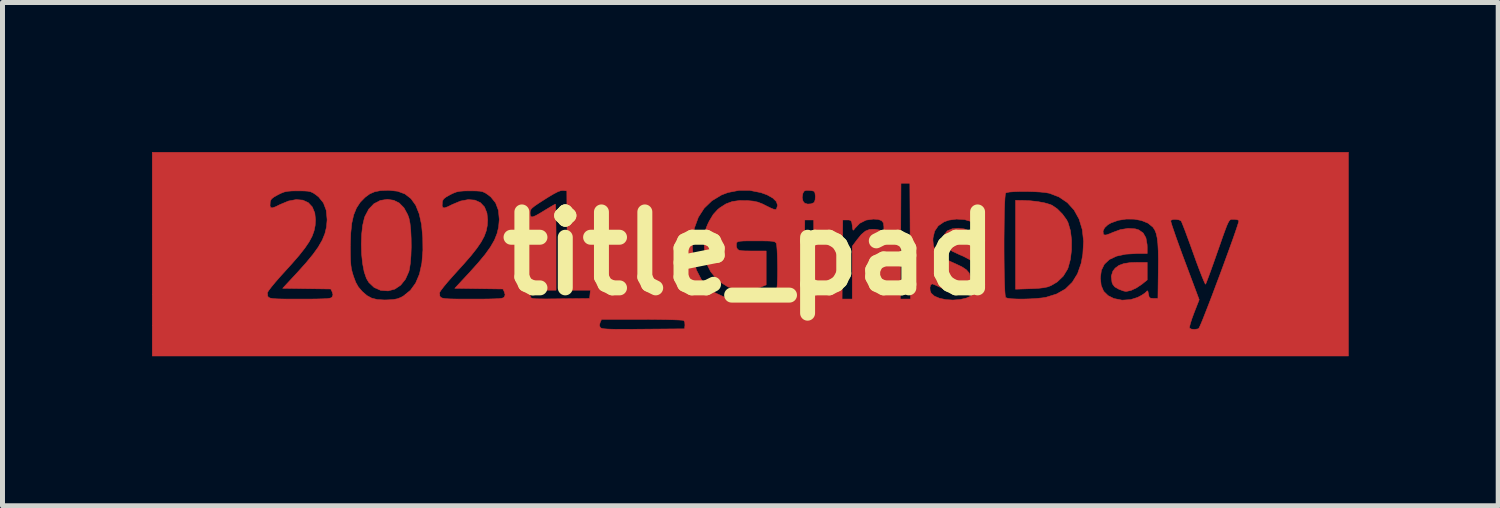
<source format=kicad_pcb>
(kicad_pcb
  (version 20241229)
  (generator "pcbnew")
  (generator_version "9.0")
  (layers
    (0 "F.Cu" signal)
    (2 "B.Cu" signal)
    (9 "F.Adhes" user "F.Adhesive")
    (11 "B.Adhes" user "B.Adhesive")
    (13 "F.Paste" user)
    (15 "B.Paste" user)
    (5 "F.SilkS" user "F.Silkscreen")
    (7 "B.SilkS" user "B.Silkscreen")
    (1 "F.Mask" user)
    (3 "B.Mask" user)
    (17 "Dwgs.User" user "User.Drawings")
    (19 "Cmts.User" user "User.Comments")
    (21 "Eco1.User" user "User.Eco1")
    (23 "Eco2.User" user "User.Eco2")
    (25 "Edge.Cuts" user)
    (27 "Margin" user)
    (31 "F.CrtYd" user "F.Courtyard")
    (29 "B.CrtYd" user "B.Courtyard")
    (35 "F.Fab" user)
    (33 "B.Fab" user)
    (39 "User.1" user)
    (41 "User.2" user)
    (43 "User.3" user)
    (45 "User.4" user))
  (footprint "title_pad"
    (layer "F.Cu")
    (at 10.978 3.472)
    (property "Reference" "title_pad" (at 1.016 -1.435 0) (layer "F.SilkS") (effects (font (size 1.524 1.524) (thickness 0.3))))
    (attr through_hole)
    (fp_poly (pts (xy 8.992 -0.905) (xy 8.884 -0.818) (xy 8.775 -0.745) (xy 8.666 -0.694) (xy 8.571 -0.674) (xy 8.562 -0.674) (xy 8.515 -0.684) (xy 8.445 -0.71) (xy 8.416 -0.722) (xy 8.34 -0.766) (xy 8.299 -0.819) (xy 8.285 -0.858) (xy 8.271 -0.98) (xy 8.303 -1.082) (xy 8.35 -1.142) (xy 8.425 -1.197) (xy 8.523 -1.233) (xy 8.655 -1.253) (xy 8.795 -1.257) (xy 8.992 -1.257) (xy 8.992 -0.905)) (stroke (width 0.01) (type solid)) (fill yes) (layer "F.Cu"))
    (fp_poly (pts (xy 6.483 -2.501) (xy 6.639 -2.494) (xy 6.794 -2.477) (xy 6.934 -2.451) (xy 7.044 -2.419) (xy 7.082 -2.403) (xy 7.188 -2.33) (xy 7.291 -2.226) (xy 7.374 -2.112) (xy 7.404 -2.053) (xy 7.451 -1.894) (xy 7.474 -1.707) (xy 7.473 -1.508) (xy 7.45 -1.316) (xy 7.404 -1.148) (xy 7.393 -1.121) (xy 7.308 -0.982) (xy 7.185 -0.864) (xy 7.061 -0.791) (xy 6.993 -0.765) (xy 6.91 -0.748) (xy 6.802 -0.736) (xy 6.655 -0.729) (xy 6.648 -0.729) (xy 6.35 -0.719) (xy 6.35 -2.502) (xy 6.483 -2.501)) (stroke (width 0.01) (type solid)) (fill yes) (layer "F.Cu"))
    (fp_poly (pts (xy -6.127 -2.503) (xy -6.017 -2.448) (xy -5.921 -2.35) (xy -5.847 -2.214) (xy -5.822 -2.146) (xy -5.801 -2.043) (xy -5.786 -1.902) (xy -5.778 -1.738) (xy -5.776 -1.565) (xy -5.782 -1.394) (xy -5.794 -1.241) (xy -5.813 -1.118) (xy -5.823 -1.075) (xy -5.892 -0.92) (xy -5.988 -0.8) (xy -6.105 -0.721) (xy -6.24 -0.685) (xy -6.385 -0.695) (xy -6.392 -0.697) (xy -6.521 -0.754) (xy -6.625 -0.852) (xy -6.675 -0.935) (xy -6.72 -1.066) (xy -6.752 -1.233) (xy -6.772 -1.423) (xy -6.778 -1.622) (xy -6.771 -1.819) (xy -6.751 -1.999) (xy -6.716 -2.149) (xy -6.706 -2.178) (xy -6.628 -2.326) (xy -6.524 -2.434) (xy -6.397 -2.5) (xy -6.254 -2.522) (xy -6.127 -2.503)) (stroke (width 0.01) (type solid)) (fill yes) (layer "F.Cu"))
    (fp_poly (pts (xy 13.03 0.622) (xy -10.973 0.622) (xy -10.973 0.007) (xy -2.001 0.007) (xy -1.982 0.05) (xy -1.967 0.061) (xy -1.941 0.07) (xy -1.897 0.076) (xy -1.831 0.081) (xy -1.737 0.084) (xy -1.611 0.085) (xy -1.446 0.085) (xy -1.239 0.084) (xy -1.121 0.083) (xy -0.292 0.076) (xy -0.284 0.003) (xy -0.288 -0.059) (xy -0.309 -0.092) (xy -0.342 -0.097) (xy -0.419 -0.102) (xy -0.535 -0.106) (xy -0.682 -0.11) (xy -0.854 -0.112) (xy -1.045 -0.114) (xy -1.15 -0.114) (xy -1.957 -0.114) (xy -1.985 -0.052) (xy -2.001 0.007) (xy -10.973 0.007) (xy -10.973 -0.649) (xy -8.661 -0.649) (xy -8.661 -0.61) (xy -8.656 -0.579) (xy -8.64 -0.557) (xy -8.608 -0.541) (xy -8.553 -0.531) (xy -8.471 -0.525) (xy -8.354 -0.522) (xy -8.199 -0.521) (xy -8.014 -0.521) (xy -7.817 -0.521) (xy -7.664 -0.523) (xy -7.551 -0.526) (xy -7.47 -0.53) (xy -7.417 -0.537) (xy -7.384 -0.546) (xy -7.366 -0.559) (xy -7.365 -0.56) (xy -7.346 -0.605) (xy -7.361 -0.661) (xy -7.39 -0.723) (xy -7.873 -0.73) (xy -8.356 -0.737) (xy -8.063 -1.052) (xy -7.887 -1.248) (xy -7.747 -1.418) (xy -7.639 -1.568) (xy -7.636 -1.575) (xy -6.998 -1.575) (xy -6.997 -1.415) (xy -6.994 -1.295) (xy -6.987 -1.202) (xy -6.976 -1.125) (xy -6.958 -1.052) (xy -6.935 -0.978) (xy -6.89 -0.857) (xy -6.838 -0.765) (xy -6.767 -0.682) (xy -6.756 -0.67) (xy -6.663 -0.59) (xy -6.568 -0.539) (xy -6.455 -0.511) (xy -6.313 -0.503) (xy -6.243 -0.505) (xy -6.131 -0.512) (xy -6.05 -0.528) (xy -5.98 -0.556) (xy -5.928 -0.586) (xy -5.851 -0.649) (xy -5.207 -0.649) (xy -5.207 -0.61) (xy -5.201 -0.579) (xy -5.185 -0.557) (xy -5.153 -0.541) (xy -5.099 -0.531) (xy -5.016 -0.525) (xy -4.9 -0.522) (xy -4.744 -0.521) (xy -4.56 -0.521) (xy -4.362 -0.521) (xy -4.21 -0.523) (xy -4.097 -0.526) (xy -4.016 -0.53) (xy -3.962 -0.537) (xy -3.93 -0.546) (xy -3.912 -0.559) (xy -3.911 -0.56) (xy -3.892 -0.605) (xy -3.901 -0.639) (xy -3.392 -0.639) (xy -3.388 -0.589) (xy -3.383 -0.565) (xy -3.376 -0.55) (xy -3.36 -0.54) (xy -3.328 -0.532) (xy -3.274 -0.527) (xy -3.192 -0.525) (xy -3.075 -0.524) (xy -2.918 -0.525) (xy -2.785 -0.527) (xy -2.197 -0.533) (xy -2.181 -0.699) (xy -2.641 -0.699) (xy -2.647 -1.575) (xy -0.135 -1.575) (xy -0.114 -1.324) (xy -0.054 -1.105) (xy 0.045 -0.914) (xy 0.17 -0.763) (xy 0.323 -0.646) (xy 0.507 -0.561) (xy 0.714 -0.512) (xy 0.934 -0.5) (xy 1.106 -0.521) (xy 2.107 -0.521) (xy 2.312 -0.521) (xy 2.869 -0.521) (xy 3.073 -0.521) (xy 4.038 -0.521) (xy 4.242 -0.521) (xy 4.241 -0.753) (xy 4.632 -0.753) (xy 4.636 -0.69) (xy 4.656 -0.639) (xy 4.722 -0.58) (xy 4.824 -0.537) (xy 4.952 -0.51) (xy 5.091 -0.501) (xy 5.232 -0.511) (xy 5.361 -0.54) (xy 5.437 -0.573) (xy 5.541 -0.656) (xy 5.616 -0.766) (xy 5.657 -0.892) (xy 5.66 -1.02) (xy 5.626 -1.13) (xy 5.561 -1.217) (xy 5.455 -1.299) (xy 5.304 -1.379) (xy 5.231 -1.41) (xy 5.085 -1.478) (xy 5.018 -1.524) (xy 6.119 -1.524) (xy 6.12 -1.324) (xy 6.122 -1.134) (xy 6.125 -0.96) (xy 6.13 -0.808) (xy 6.135 -0.686) (xy 6.142 -0.599) (xy 6.15 -0.555) (xy 6.152 -0.551) (xy 6.192 -0.537) (xy 6.272 -0.527) (xy 6.38 -0.522) (xy 6.507 -0.521) (xy 6.641 -0.525) (xy 6.772 -0.533) (xy 6.888 -0.545) (xy 6.963 -0.557) (xy 7.174 -0.623) (xy 7.349 -0.722) (xy 7.488 -0.858) (xy 7.543 -0.947) (xy 8.052 -0.947) (xy 8.068 -0.795) (xy 8.118 -0.677) (xy 8.207 -0.59) (xy 8.323 -0.532) (xy 8.488 -0.499) (xy 8.659 -0.51) (xy 8.801 -0.555) (xy 8.88 -0.597) (xy 8.943 -0.639) (xy 8.966 -0.66) (xy 8.992 -0.687) (xy 9.006 -0.677) (xy 9.016 -0.624) (xy 9.017 -0.62) (xy 9.031 -0.562) (xy 9.06 -0.538) (xy 9.119 -0.533) (xy 9.207 -0.533) (xy 9.214 -1.079) (xy 9.216 -1.308) (xy 9.213 -1.492) (xy 9.205 -1.638) (xy 9.191 -1.752) (xy 9.171 -1.84) (xy 9.144 -1.907) (xy 9.108 -1.961) (xy 9.104 -1.966) (xy 9.008 -2.044) (xy 8.879 -2.097) (xy 8.874 -2.098) (xy 9.463 -2.098) (xy 9.468 -2.069) (xy 9.489 -1.999) (xy 9.525 -1.893) (xy 9.572 -1.756) (xy 9.63 -1.595) (xy 9.695 -1.416) (xy 9.742 -1.291) (xy 10.035 -0.508) (xy 9.929 -0.237) (xy 9.889 -0.128) (xy 9.859 -0.034) (xy 9.842 0.033) (xy 9.841 0.061) (xy 9.878 0.082) (xy 9.94 0.088) (xy 10.003 0.079) (xy 10.026 0.068) (xy 10.041 0.041) (xy 10.072 -0.028) (xy 10.115 -0.133) (xy 10.168 -0.268) (xy 10.23 -0.427) (xy 10.298 -0.604) (xy 10.369 -0.794) (xy 10.443 -0.99) (xy 10.516 -1.187) (xy 10.586 -1.379) (xy 10.652 -1.56) (xy 10.711 -1.724) (xy 10.76 -1.865) (xy 10.798 -1.978) (xy 10.823 -2.057) (xy 10.832 -2.095) (xy 10.832 -2.097) (xy 10.799 -2.113) (xy 10.738 -2.121) (xy 10.729 -2.121) (xy 10.701 -2.121) (xy 10.678 -2.12) (xy 10.658 -2.111) (xy 10.637 -2.09) (xy 10.615 -2.051) (xy 10.588 -1.991) (xy 10.555 -1.903) (xy 10.511 -1.783) (xy 10.456 -1.625) (xy 10.386 -1.426) (xy 10.376 -1.397) (xy 10.32 -1.238) (xy 10.268 -1.094) (xy 10.224 -0.974) (xy 10.19 -0.884) (xy 10.169 -0.83) (xy 10.163 -0.819) (xy 10.15 -0.837) (xy 10.123 -0.897) (xy 10.084 -0.992) (xy 10.035 -1.118) (xy 9.979 -1.267) (xy 9.921 -1.429) (xy 9.86 -1.599) (xy 9.803 -1.754) (xy 9.754 -1.887) (xy 9.713 -1.992) (xy 9.685 -2.062) (xy 9.672 -2.089) (xy 9.631 -2.11) (xy 9.567 -2.12) (xy 9.504 -2.117) (xy 9.465 -2.1) (xy 9.463 -2.098) (xy 8.874 -2.098) (xy 8.728 -2.125) (xy 8.568 -2.126) (xy 8.41 -2.101) (xy 8.266 -2.049) (xy 8.202 -2.012) (xy 8.138 -1.953) (xy 8.106 -1.887) (xy 8.111 -1.828) (xy 8.124 -1.81) (xy 8.164 -1.806) (xy 8.244 -1.833) (xy 8.295 -1.856) (xy 8.452 -1.914) (xy 8.608 -1.939) (xy 8.752 -1.93) (xy 8.822 -1.909) (xy 8.91 -1.847) (xy 8.966 -1.75) (xy 8.99 -1.613) (xy 8.992 -1.563) (xy 8.992 -1.435) (xy 8.79 -1.435) (xy 8.562 -1.422) (xy 8.376 -1.382) (xy 8.233 -1.315) (xy 8.132 -1.22) (xy 8.072 -1.098) (xy 8.052 -0.947) (xy 7.543 -0.947) (xy 7.594 -1.03) (xy 7.667 -1.24) (xy 7.7 -1.422) (xy 7.715 -1.68) (xy 7.689 -1.916) (xy 7.625 -2.126) (xy 7.525 -2.307) (xy 7.39 -2.456) (xy 7.222 -2.57) (xy 7.03 -2.644) (xy 6.951 -2.658) (xy 6.843 -2.669) (xy 6.716 -2.676) (xy 6.58 -2.68) (xy 6.447 -2.68) (xy 6.327 -2.676) (xy 6.23 -2.669) (xy 6.168 -2.657) (xy 6.152 -2.649) (xy 6.144 -2.616) (xy 6.137 -2.539) (xy 6.131 -2.425) (xy 6.126 -2.28) (xy 6.123 -2.11) (xy 6.121 -1.923) (xy 6.119 -1.726) (xy 6.119 -1.524) (xy 5.018 -1.524) (xy 4.986 -1.545) (xy 4.927 -1.615) (xy 4.904 -1.693) (xy 4.903 -1.713) (xy 4.923 -1.817) (xy 4.981 -1.89) (xy 5.079 -1.931) (xy 5.2 -1.943) (xy 5.318 -1.929) (xy 5.423 -1.892) (xy 5.507 -1.854) (xy 5.557 -1.845) (xy 5.581 -1.869) (xy 5.588 -1.927) (xy 5.588 -1.932) (xy 5.584 -1.988) (xy 5.563 -2.024) (xy 5.512 -2.055) (xy 5.47 -2.074) (xy 5.325 -2.116) (xy 5.164 -2.126) (xy 5.008 -2.104) (xy 4.915 -2.07) (xy 4.799 -1.991) (xy 4.726 -1.883) (xy 4.694 -1.747) (xy 4.692 -1.7) (xy 4.702 -1.593) (xy 4.736 -1.502) (xy 4.801 -1.423) (xy 4.901 -1.349) (xy 5.042 -1.275) (xy 5.135 -1.234) (xy 5.272 -1.169) (xy 5.364 -1.108) (xy 5.419 -1.044) (xy 5.442 -0.972) (xy 5.443 -0.936) (xy 5.417 -0.836) (xy 5.347 -0.757) (xy 5.239 -0.704) (xy 5.207 -0.696) (xy 5.097 -0.682) (xy 4.99 -0.697) (xy 4.868 -0.742) (xy 4.82 -0.765) (xy 4.748 -0.799) (xy 4.693 -0.821) (xy 4.675 -0.826) (xy 4.646 -0.804) (xy 4.632 -0.753) (xy 4.241 -0.753) (xy 4.229 -2.845) (xy 4.051 -2.845) (xy 4.045 -1.683) (xy 4.038 -0.521) (xy 3.073 -0.521) (xy 3.073 -1.581) (xy 3.165 -1.705) (xy 3.255 -1.816) (xy 3.337 -1.885) (xy 3.422 -1.919) (xy 3.521 -1.921) (xy 3.613 -1.907) (xy 3.708 -1.887) (xy 3.708 -1.975) (xy 3.698 -2.05) (xy 3.661 -2.096) (xy 3.591 -2.12) (xy 3.494 -2.126) (xy 3.349 -2.105) (xy 3.223 -2.041) (xy 3.127 -1.941) (xy 3.124 -1.938) (xy 3.101 -1.905) (xy 3.088 -1.906) (xy 3.079 -1.946) (xy 3.074 -1.994) (xy 3.063 -2.064) (xy 3.045 -2.097) (xy 3.008 -2.108) (xy 2.972 -2.108) (xy 2.883 -2.108) (xy 2.869 -0.521) (xy 2.312 -0.521) (xy 2.305 -1.314) (xy 2.299 -2.108) (xy 2.121 -2.108) (xy 2.107 -0.521) (xy 1.106 -0.521) (xy 1.159 -0.527) (xy 1.188 -0.534) (xy 1.341 -0.578) (xy 1.457 -0.63) (xy 1.532 -0.685) (xy 1.558 -0.729) (xy 1.566 -0.784) (xy 1.571 -0.875) (xy 1.574 -0.992) (xy 1.575 -1.124) (xy 1.573 -1.261) (xy 1.57 -1.391) (xy 1.565 -1.505) (xy 1.558 -1.59) (xy 1.55 -1.637) (xy 1.549 -1.64) (xy 1.535 -1.659) (xy 1.511 -1.672) (xy 1.47 -1.681) (xy 1.404 -1.686) (xy 1.304 -1.688) (xy 1.162 -1.689) (xy 1.144 -1.689) (xy 0.997 -1.689) (xy 0.894 -1.687) (xy 0.825 -1.682) (xy 0.784 -1.674) (xy 0.762 -1.662) (xy 0.751 -1.644) (xy 0.75 -1.639) (xy 0.748 -1.577) (xy 0.761 -1.538) (xy 0.778 -1.515) (xy 0.804 -1.5) (xy 0.851 -1.491) (xy 0.926 -1.487) (xy 1.041 -1.486) (xy 1.068 -1.486) (xy 1.346 -1.486) (xy 1.346 -0.806) (xy 1.238 -0.761) (xy 1.155 -0.736) (xy 1.046 -0.716) (xy 0.953 -0.705) (xy 0.756 -0.713) (xy 0.582 -0.764) (xy 0.424 -0.862) (xy 0.34 -0.939) (xy 0.233 -1.07) (xy 0.16 -1.213) (xy 0.118 -1.377) (xy 0.104 -1.573) (xy 0.106 -1.664) (xy 0.113 -1.787) (xy 0.124 -1.877) (xy 0.143 -1.951) (xy 0.176 -2.029) (xy 0.204 -2.086) (xy 0.283 -2.218) (xy 0.373 -2.317) (xy 0.417 -2.353) (xy 0.539 -2.431) (xy 0.665 -2.478) (xy 0.809 -2.498) (xy 0.966 -2.497) (xy 1.086 -2.486) (xy 1.18 -2.466) (xy 1.274 -2.429) (xy 1.351 -2.39) (xy 1.447 -2.343) (xy 1.507 -2.32) (xy 1.541 -2.319) (xy 1.553 -2.329) (xy 1.575 -2.404) (xy 1.55 -2.478) (xy 1.479 -2.548) (xy 1.46 -2.559) (xy 2.069 -2.559) (xy 2.085 -2.485) (xy 2.118 -2.445) (xy 2.178 -2.427) (xy 2.249 -2.432) (xy 2.304 -2.456) (xy 2.31 -2.462) (xy 2.328 -2.51) (xy 2.333 -2.581) (xy 2.332 -2.595) (xy 2.324 -2.656) (xy 2.303 -2.686) (xy 2.254 -2.697) (xy 2.216 -2.7) (xy 2.146 -2.702) (xy 2.108 -2.687) (xy 2.086 -2.649) (xy 2.082 -2.64) (xy 2.069 -2.559) (xy 1.46 -2.559) (xy 1.365 -2.612) (xy 1.241 -2.657) (xy 1.02 -2.701) (xy 0.795 -2.701) (xy 0.579 -2.659) (xy 0.452 -2.611) (xy 0.258 -2.494) (xy 0.102 -2.344) (xy -0.015 -2.162) (xy -0.093 -1.949) (xy -0.131 -1.706) (xy -0.135 -1.575) (xy -2.647 -1.575) (xy -2.648 -1.695) (xy -2.654 -2.692) (xy -2.731 -2.7) (xy -2.775 -2.696) (xy -2.834 -2.675) (xy -2.915 -2.633) (xy -3.026 -2.567) (xy -3.099 -2.521) (xy -3.216 -2.446) (xy -3.297 -2.391) (xy -3.348 -2.35) (xy -3.376 -2.318) (xy -3.388 -2.287) (xy -3.391 -2.251) (xy -3.391 -2.247) (xy -3.387 -2.198) (xy -3.371 -2.172) (xy -3.337 -2.171) (xy -3.278 -2.195) (xy -3.188 -2.246) (xy -3.1 -2.3) (xy -3.01 -2.354) (xy -2.938 -2.397) (xy -2.893 -2.422) (xy -2.883 -2.426) (xy -2.88 -2.401) (xy -2.877 -2.332) (xy -2.875 -2.223) (xy -2.873 -2.082) (xy -2.871 -1.912) (xy -2.87 -1.721) (xy -2.87 -1.562) (xy -2.87 -0.699) (xy -3.122 -0.699) (xy -3.247 -0.697) (xy -3.329 -0.689) (xy -3.375 -0.671) (xy -3.392 -0.639) (xy -3.901 -0.639) (xy -3.907 -0.661) (xy -3.935 -0.723) (xy -4.419 -0.73) (xy -4.902 -0.737) (xy -4.609 -1.052) (xy -4.433 -1.248) (xy -4.292 -1.418) (xy -4.185 -1.568) (xy -4.106 -1.705) (xy -4.054 -1.836) (xy -4.023 -1.965) (xy -4.011 -2.1) (xy -4.01 -2.125) (xy -4.027 -2.303) (xy -4.083 -2.451) (xy -4.179 -2.57) (xy -4.238 -2.616) (xy -4.292 -2.652) (xy -4.341 -2.674) (xy -4.397 -2.686) (xy -4.476 -2.691) (xy -4.592 -2.692) (xy -4.595 -2.692) (xy -4.715 -2.691) (xy -4.801 -2.684) (xy -4.869 -2.67) (xy -4.936 -2.644) (xy -4.993 -2.616) (xy -5.078 -2.568) (xy -5.126 -2.53) (xy -5.148 -2.489) (xy -5.152 -2.467) (xy -5.156 -2.395) (xy -5.143 -2.357) (xy -5.107 -2.351) (xy -5.04 -2.375) (xy -4.956 -2.417) (xy -4.786 -2.488) (xy -4.631 -2.517) (xy -4.498 -2.506) (xy -4.388 -2.456) (xy -4.306 -2.369) (xy -4.257 -2.247) (xy -4.243 -2.111) (xy -4.25 -1.998) (xy -4.271 -1.89) (xy -4.311 -1.782) (xy -4.372 -1.668) (xy -4.458 -1.542) (xy -4.572 -1.397) (xy -4.718 -1.229) (xy -4.845 -1.089) (xy -4.953 -0.969) (xy -5.049 -0.86) (xy -5.126 -0.767) (xy -5.18 -0.696) (xy -5.206 -0.655) (xy -5.207 -0.649) (xy -5.851 -0.649) (xy -5.793 -0.696) (xy -5.688 -0.841) (xy -5.611 -1.022) (xy -5.563 -1.242) (xy -5.542 -1.502) (xy -5.545 -1.753) (xy -5.569 -2.014) (xy -5.616 -2.23) (xy -5.686 -2.404) (xy -5.781 -2.536) (xy -5.902 -2.63) (xy -6.051 -2.685) (xy -6.228 -2.704) (xy -6.236 -2.704) (xy -6.389 -2.698) (xy -6.508 -2.675) (xy -6.608 -2.632) (xy -6.702 -2.563) (xy -6.8 -2.463) (xy -6.875 -2.348) (xy -6.931 -2.211) (xy -6.969 -2.044) (xy -6.99 -1.842) (xy -6.998 -1.598) (xy -6.998 -1.575) (xy -7.636 -1.575) (xy -7.561 -1.705) (xy -7.508 -1.836) (xy -7.477 -1.965) (xy -7.465 -2.1) (xy -7.465 -2.125) (xy -7.482 -2.303) (xy -7.538 -2.451) (xy -7.634 -2.57) (xy -7.692 -2.616) (xy -7.746 -2.652) (xy -7.795 -2.674) (xy -7.852 -2.686) (xy -7.931 -2.691) (xy -8.046 -2.692) (xy -8.049 -2.692) (xy -8.169 -2.691) (xy -8.255 -2.684) (xy -8.323 -2.67) (xy -8.39 -2.644) (xy -8.447 -2.616) (xy -8.532 -2.568) (xy -8.58 -2.53) (xy -8.602 -2.489) (xy -8.606 -2.467) (xy -8.61 -2.395) (xy -8.598 -2.357) (xy -8.561 -2.351) (xy -8.494 -2.375) (xy -8.41 -2.417) (xy -8.24 -2.488) (xy -8.086 -2.517) (xy -7.952 -2.506) (xy -7.842 -2.456) (xy -7.761 -2.369) (xy -7.711 -2.247) (xy -7.697 -2.111) (xy -7.704 -1.998) (xy -7.726 -1.89) (xy -7.765 -1.782) (xy -7.826 -1.668) (xy -7.912 -1.542) (xy -8.026 -1.397) (xy -8.172 -1.229) (xy -8.299 -1.089) (xy -8.408 -0.969) (xy -8.503 -0.86) (xy -8.58 -0.767) (xy -8.634 -0.696) (xy -8.66 -0.655) (xy -8.661 -0.649) (xy -10.973 -0.649) (xy -10.973 -3.467) (xy 13.03 -3.467) (xy 13.03 0.622)) (stroke (width 0.01) (type solid)) (fill yes) (layer "F.Cu")))
  (gr_rect
    (start -3 -3)
    (end 27.013 7.099)
    (stroke (width 0.1) (type default))
    (fill no)
    (layer "Edge.Cuts")))
</source>
